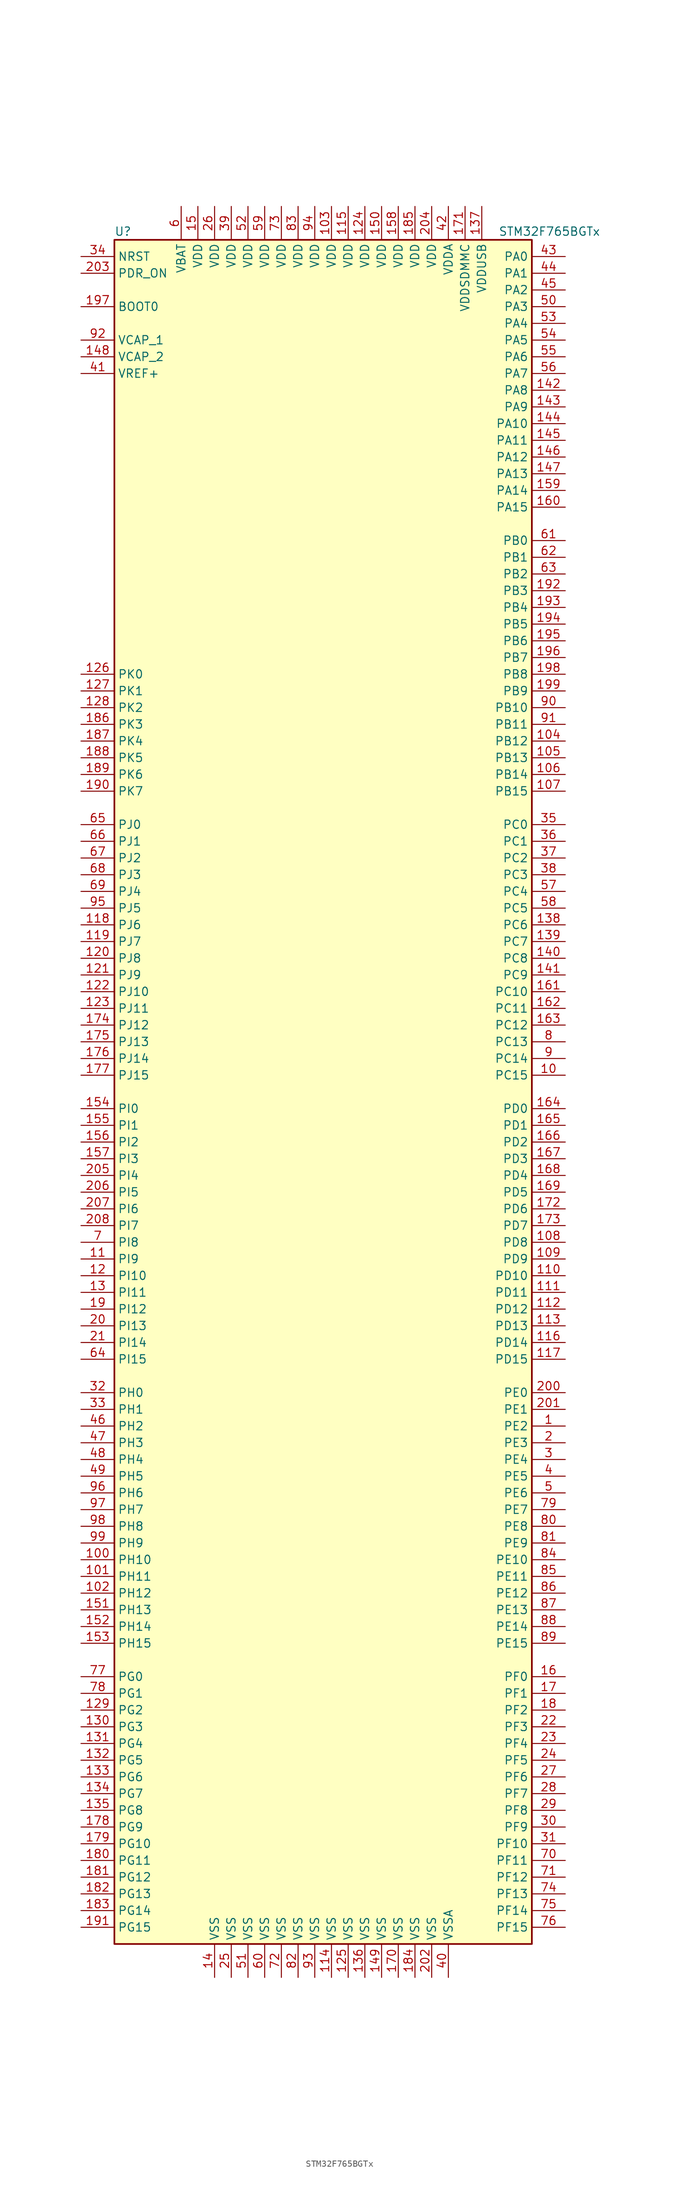
<source format=kicad_sym>
(kicad_symbol_lib
  (version 20220914)
  (generator kicad_symbol_editor)
  (symbol "STM32F765BGTx"
    (property "Reference" "U"
      (at -33.02 130.81 0)
      (effects (font (size 1.27 1.27)) (justify left)))
    (property "Value" "STM32F765BGTx"
      (at 25.4 130.81 0)
      (effects (font (size 1.27 1.27)) (justify left)))
    (symbol "STM32F765BGTx_0_1"
      (rectangle (start -33.02 -129.54) (end 30.48 129.54) (stroke (width 0.254) (type default)) (fill (type background))))
    (symbol "STM32F765BGTx_1_1"
      (pin bidirectional line (at 35.56 -50.8 180) (length 5.08) (name "PE2" (effects (font (size 1.27 1.27)))) (number "1" (effects (font (size 1.27 1.27)))))
      (pin bidirectional line (at 35.56 2.54 180) (length 5.08) (name "PC15" (effects (font (size 1.27 1.27)))) (number "10" (effects (font (size 1.27 1.27)))))
      (pin bidirectional line (at -38.1 -71.12 0) (length 5.08) (name "PH10" (effects (font (size 1.27 1.27)))) (number "100" (effects (font (size 1.27 1.27)))))
      (pin bidirectional line (at -38.1 -73.66 0) (length 5.08) (name "PH11" (effects (font (size 1.27 1.27)))) (number "101" (effects (font (size 1.27 1.27)))))
      (pin bidirectional line (at -38.1 -76.2 0) (length 5.08) (name "PH12" (effects (font (size 1.27 1.27)))) (number "102" (effects (font (size 1.27 1.27)))))
      (pin power_in line (at 0 134.62 270) (length 5.08) (name "VDD" (effects (font (size 1.27 1.27)))) (number "103" (effects (font (size 1.27 1.27)))))
      (pin bidirectional line (at 35.56 53.34 180) (length 5.08) (name "PB12" (effects (font (size 1.27 1.27)))) (number "104" (effects (font (size 1.27 1.27)))))
      (pin bidirectional line (at 35.56 50.8 180) (length 5.08) (name "PB13" (effects (font (size 1.27 1.27)))) (number "105" (effects (font (size 1.27 1.27)))))
      (pin bidirectional line (at 35.56 48.26 180) (length 5.08) (name "PB14" (effects (font (size 1.27 1.27)))) (number "106" (effects (font (size 1.27 1.27)))))
      (pin bidirectional line (at 35.56 45.72 180) (length 5.08) (name "PB15" (effects (font (size 1.27 1.27)))) (number "107" (effects (font (size 1.27 1.27)))))
      (pin bidirectional line (at 35.56 -22.86 180) (length 5.08) (name "PD8" (effects (font (size 1.27 1.27)))) (number "108" (effects (font (size 1.27 1.27)))))
      (pin bidirectional line (at 35.56 -25.4 180) (length 5.08) (name "PD9" (effects (font (size 1.27 1.27)))) (number "109" (effects (font (size 1.27 1.27)))))
      (pin bidirectional line (at -38.1 -25.4 0) (length 5.08) (name "PI9" (effects (font (size 1.27 1.27)))) (number "11" (effects (font (size 1.27 1.27)))))
      (pin bidirectional line (at 35.56 -27.94 180) (length 5.08) (name "PD10" (effects (font (size 1.27 1.27)))) (number "110" (effects (font (size 1.27 1.27)))))
      (pin bidirectional line (at 35.56 -30.48 180) (length 5.08) (name "PD11" (effects (font (size 1.27 1.27)))) (number "111" (effects (font (size 1.27 1.27)))))
      (pin bidirectional line (at 35.56 -33.02 180) (length 5.08) (name "PD12" (effects (font (size 1.27 1.27)))) (number "112" (effects (font (size 1.27 1.27)))))
      (pin bidirectional line (at 35.56 -35.56 180) (length 5.08) (name "PD13" (effects (font (size 1.27 1.27)))) (number "113" (effects (font (size 1.27 1.27)))))
      (pin power_in line (at 0 -134.62 90) (length 5.08) (name "VSS" (effects (font (size 1.27 1.27)))) (number "114" (effects (font (size 1.27 1.27)))))
      (pin power_in line (at 2.54 134.62 270) (length 5.08) (name "VDD" (effects (font (size 1.27 1.27)))) (number "115" (effects (font (size 1.27 1.27)))))
      (pin bidirectional line (at 35.56 -38.1 180) (length 5.08) (name "PD14" (effects (font (size 1.27 1.27)))) (number "116" (effects (font (size 1.27 1.27)))))
      (pin bidirectional line (at 35.56 -40.64 180) (length 5.08) (name "PD15" (effects (font (size 1.27 1.27)))) (number "117" (effects (font (size 1.27 1.27)))))
      (pin bidirectional line (at -38.1 25.4 0) (length 5.08) (name "PJ6" (effects (font (size 1.27 1.27)))) (number "118" (effects (font (size 1.27 1.27)))))
      (pin bidirectional line (at -38.1 22.86 0) (length 5.08) (name "PJ7" (effects (font (size 1.27 1.27)))) (number "119" (effects (font (size 1.27 1.27)))))
      (pin bidirectional line (at -38.1 -27.94 0) (length 5.08) (name "PI10" (effects (font (size 1.27 1.27)))) (number "12" (effects (font (size 1.27 1.27)))))
      (pin bidirectional line (at -38.1 20.32 0) (length 5.08) (name "PJ8" (effects (font (size 1.27 1.27)))) (number "120" (effects (font (size 1.27 1.27)))))
      (pin bidirectional line (at -38.1 17.78 0) (length 5.08) (name "PJ9" (effects (font (size 1.27 1.27)))) (number "121" (effects (font (size 1.27 1.27)))))
      (pin bidirectional line (at -38.1 15.24 0) (length 5.08) (name "PJ10" (effects (font (size 1.27 1.27)))) (number "122" (effects (font (size 1.27 1.27)))))
      (pin bidirectional line (at -38.1 12.7 0) (length 5.08) (name "PJ11" (effects (font (size 1.27 1.27)))) (number "123" (effects (font (size 1.27 1.27)))))
      (pin power_in line (at 5.08 134.62 270) (length 5.08) (name "VDD" (effects (font (size 1.27 1.27)))) (number "124" (effects (font (size 1.27 1.27)))))
      (pin power_in line (at 2.54 -134.62 90) (length 5.08) (name "VSS" (effects (font (size 1.27 1.27)))) (number "125" (effects (font (size 1.27 1.27)))))
      (pin bidirectional line (at -38.1 63.5 0) (length 5.08) (name "PK0" (effects (font (size 1.27 1.27)))) (number "126" (effects (font (size 1.27 1.27)))))
      (pin bidirectional line (at -38.1 60.96 0) (length 5.08) (name "PK1" (effects (font (size 1.27 1.27)))) (number "127" (effects (font (size 1.27 1.27)))))
      (pin bidirectional line (at -38.1 58.42 0) (length 5.08) (name "PK2" (effects (font (size 1.27 1.27)))) (number "128" (effects (font (size 1.27 1.27)))))
      (pin bidirectional line (at -38.1 -93.98 0) (length 5.08) (name "PG2" (effects (font (size 1.27 1.27)))) (number "129" (effects (font (size 1.27 1.27)))))
      (pin bidirectional line (at -38.1 -30.48 0) (length 5.08) (name "PI11" (effects (font (size 1.27 1.27)))) (number "13" (effects (font (size 1.27 1.27)))))
      (pin bidirectional line (at -38.1 -96.52 0) (length 5.08) (name "PG3" (effects (font (size 1.27 1.27)))) (number "130" (effects (font (size 1.27 1.27)))))
      (pin bidirectional line (at -38.1 -99.06 0) (length 5.08) (name "PG4" (effects (font (size 1.27 1.27)))) (number "131" (effects (font (size 1.27 1.27)))))
      (pin bidirectional line (at -38.1 -101.6 0) (length 5.08) (name "PG5" (effects (font (size 1.27 1.27)))) (number "132" (effects (font (size 1.27 1.27)))))
      (pin bidirectional line (at -38.1 -104.14 0) (length 5.08) (name "PG6" (effects (font (size 1.27 1.27)))) (number "133" (effects (font (size 1.27 1.27)))))
      (pin bidirectional line (at -38.1 -106.68 0) (length 5.08) (name "PG7" (effects (font (size 1.27 1.27)))) (number "134" (effects (font (size 1.27 1.27)))))
      (pin bidirectional line (at -38.1 -109.22 0) (length 5.08) (name "PG8" (effects (font (size 1.27 1.27)))) (number "135" (effects (font (size 1.27 1.27)))))
      (pin power_in line (at 5.08 -134.62 90) (length 5.08) (name "VSS" (effects (font (size 1.27 1.27)))) (number "136" (effects (font (size 1.27 1.27)))))
      (pin power_in line (at 22.86 134.62 270) (length 5.08) (name "VDDUSB" (effects (font (size 1.27 1.27)))) (number "137" (effects (font (size 1.27 1.27)))))
      (pin bidirectional line (at 35.56 25.4 180) (length 5.08) (name "PC6" (effects (font (size 1.27 1.27)))) (number "138" (effects (font (size 1.27 1.27)))))
      (pin bidirectional line (at 35.56 22.86 180) (length 5.08) (name "PC7" (effects (font (size 1.27 1.27)))) (number "139" (effects (font (size 1.27 1.27)))))
      (pin power_in line (at -17.78 -134.62 90) (length 5.08) (name "VSS" (effects (font (size 1.27 1.27)))) (number "14" (effects (font (size 1.27 1.27)))))
      (pin bidirectional line (at 35.56 20.32 180) (length 5.08) (name "PC8" (effects (font (size 1.27 1.27)))) (number "140" (effects (font (size 1.27 1.27)))))
      (pin bidirectional line (at 35.56 17.78 180) (length 5.08) (name "PC9" (effects (font (size 1.27 1.27)))) (number "141" (effects (font (size 1.27 1.27)))))
      (pin bidirectional line (at 35.56 106.68 180) (length 5.08) (name "PA8" (effects (font (size 1.27 1.27)))) (number "142" (effects (font (size 1.27 1.27)))))
      (pin bidirectional line (at 35.56 104.14 180) (length 5.08) (name "PA9" (effects (font (size 1.27 1.27)))) (number "143" (effects (font (size 1.27 1.27)))))
      (pin bidirectional line (at 35.56 101.6 180) (length 5.08) (name "PA10" (effects (font (size 1.27 1.27)))) (number "144" (effects (font (size 1.27 1.27)))))
      (pin bidirectional line (at 35.56 99.06 180) (length 5.08) (name "PA11" (effects (font (size 1.27 1.27)))) (number "145" (effects (font (size 1.27 1.27)))))
      (pin bidirectional line (at 35.56 96.52 180) (length 5.08) (name "PA12" (effects (font (size 1.27 1.27)))) (number "146" (effects (font (size 1.27 1.27)))))
      (pin bidirectional line (at 35.56 93.98 180) (length 5.08) (name "PA13" (effects (font (size 1.27 1.27)))) (number "147" (effects (font (size 1.27 1.27)))))
      (pin power_in line (at -38.1 111.76 0) (length 5.08) (name "VCAP_2" (effects (font (size 1.27 1.27)))) (number "148" (effects (font (size 1.27 1.27)))))
      (pin power_in line (at 7.62 -134.62 90) (length 5.08) (name "VSS" (effects (font (size 1.27 1.27)))) (number "149" (effects (font (size 1.27 1.27)))))
      (pin power_in line (at -20.32 134.62 270) (length 5.08) (name "VDD" (effects (font (size 1.27 1.27)))) (number "15" (effects (font (size 1.27 1.27)))))
      (pin power_in line (at 7.62 134.62 270) (length 5.08) (name "VDD" (effects (font (size 1.27 1.27)))) (number "150" (effects (font (size 1.27 1.27)))))
      (pin bidirectional line (at -38.1 -78.74 0) (length 5.08) (name "PH13" (effects (font (size 1.27 1.27)))) (number "151" (effects (font (size 1.27 1.27)))))
      (pin bidirectional line (at -38.1 -81.28 0) (length 5.08) (name "PH14" (effects (font (size 1.27 1.27)))) (number "152" (effects (font (size 1.27 1.27)))))
      (pin bidirectional line (at -38.1 -83.82 0) (length 5.08) (name "PH15" (effects (font (size 1.27 1.27)))) (number "153" (effects (font (size 1.27 1.27)))))
      (pin bidirectional line (at -38.1 -2.54 0) (length 5.08) (name "PI0" (effects (font (size 1.27 1.27)))) (number "154" (effects (font (size 1.27 1.27)))))
      (pin bidirectional line (at -38.1 -5.08 0) (length 5.08) (name "PI1" (effects (font (size 1.27 1.27)))) (number "155" (effects (font (size 1.27 1.27)))))
      (pin bidirectional line (at -38.1 -7.62 0) (length 5.08) (name "PI2" (effects (font (size 1.27 1.27)))) (number "156" (effects (font (size 1.27 1.27)))))
      (pin bidirectional line (at -38.1 -10.16 0) (length 5.08) (name "PI3" (effects (font (size 1.27 1.27)))) (number "157" (effects (font (size 1.27 1.27)))))
      (pin power_in line (at 10.16 134.62 270) (length 5.08) (name "VDD" (effects (font (size 1.27 1.27)))) (number "158" (effects (font (size 1.27 1.27)))))
      (pin bidirectional line (at 35.56 91.44 180) (length 5.08) (name "PA14" (effects (font (size 1.27 1.27)))) (number "159" (effects (font (size 1.27 1.27)))))
      (pin bidirectional line (at 35.56 -88.9 180) (length 5.08) (name "PF0" (effects (font (size 1.27 1.27)))) (number "16" (effects (font (size 1.27 1.27)))))
      (pin bidirectional line (at 35.56 88.9 180) (length 5.08) (name "PA15" (effects (font (size 1.27 1.27)))) (number "160" (effects (font (size 1.27 1.27)))))
      (pin bidirectional line (at 35.56 15.24 180) (length 5.08) (name "PC10" (effects (font (size 1.27 1.27)))) (number "161" (effects (font (size 1.27 1.27)))))
      (pin bidirectional line (at 35.56 12.7 180) (length 5.08) (name "PC11" (effects (font (size 1.27 1.27)))) (number "162" (effects (font (size 1.27 1.27)))))
      (pin bidirectional line (at 35.56 10.16 180) (length 5.08) (name "PC12" (effects (font (size 1.27 1.27)))) (number "163" (effects (font (size 1.27 1.27)))))
      (pin bidirectional line (at 35.56 -2.54 180) (length 5.08) (name "PD0" (effects (font (size 1.27 1.27)))) (number "164" (effects (font (size 1.27 1.27)))))
      (pin bidirectional line (at 35.56 -5.08 180) (length 5.08) (name "PD1" (effects (font (size 1.27 1.27)))) (number "165" (effects (font (size 1.27 1.27)))))
      (pin bidirectional line (at 35.56 -7.62 180) (length 5.08) (name "PD2" (effects (font (size 1.27 1.27)))) (number "166" (effects (font (size 1.27 1.27)))))
      (pin bidirectional line (at 35.56 -10.16 180) (length 5.08) (name "PD3" (effects (font (size 1.27 1.27)))) (number "167" (effects (font (size 1.27 1.27)))))
      (pin bidirectional line (at 35.56 -12.7 180) (length 5.08) (name "PD4" (effects (font (size 1.27 1.27)))) (number "168" (effects (font (size 1.27 1.27)))))
      (pin bidirectional line (at 35.56 -15.24 180) (length 5.08) (name "PD5" (effects (font (size 1.27 1.27)))) (number "169" (effects (font (size 1.27 1.27)))))
      (pin bidirectional line (at 35.56 -91.44 180) (length 5.08) (name "PF1" (effects (font (size 1.27 1.27)))) (number "17" (effects (font (size 1.27 1.27)))))
      (pin power_in line (at 10.16 -134.62 90) (length 5.08) (name "VSS" (effects (font (size 1.27 1.27)))) (number "170" (effects (font (size 1.27 1.27)))))
      (pin power_in line (at 20.32 134.62 270) (length 5.08) (name "VDDSDMMC" (effects (font (size 1.27 1.27)))) (number "171" (effects (font (size 1.27 1.27)))))
      (pin bidirectional line (at 35.56 -17.78 180) (length 5.08) (name "PD6" (effects (font (size 1.27 1.27)))) (number "172" (effects (font (size 1.27 1.27)))))
      (pin bidirectional line (at 35.56 -20.32 180) (length 5.08) (name "PD7" (effects (font (size 1.27 1.27)))) (number "173" (effects (font (size 1.27 1.27)))))
      (pin bidirectional line (at -38.1 10.16 0) (length 5.08) (name "PJ12" (effects (font (size 1.27 1.27)))) (number "174" (effects (font (size 1.27 1.27)))))
      (pin bidirectional line (at -38.1 7.62 0) (length 5.08) (name "PJ13" (effects (font (size 1.27 1.27)))) (number "175" (effects (font (size 1.27 1.27)))))
      (pin bidirectional line (at -38.1 5.08 0) (length 5.08) (name "PJ14" (effects (font (size 1.27 1.27)))) (number "176" (effects (font (size 1.27 1.27)))))
      (pin bidirectional line (at -38.1 2.54 0) (length 5.08) (name "PJ15" (effects (font (size 1.27 1.27)))) (number "177" (effects (font (size 1.27 1.27)))))
      (pin bidirectional line (at -38.1 -111.76 0) (length 5.08) (name "PG9" (effects (font (size 1.27 1.27)))) (number "178" (effects (font (size 1.27 1.27)))))
      (pin bidirectional line (at -38.1 -114.3 0) (length 5.08) (name "PG10" (effects (font (size 1.27 1.27)))) (number "179" (effects (font (size 1.27 1.27)))))
      (pin bidirectional line (at 35.56 -93.98 180) (length 5.08) (name "PF2" (effects (font (size 1.27 1.27)))) (number "18" (effects (font (size 1.27 1.27)))))
      (pin bidirectional line (at -38.1 -116.84 0) (length 5.08) (name "PG11" (effects (font (size 1.27 1.27)))) (number "180" (effects (font (size 1.27 1.27)))))
      (pin bidirectional line (at -38.1 -119.38 0) (length 5.08) (name "PG12" (effects (font (size 1.27 1.27)))) (number "181" (effects (font (size 1.27 1.27)))))
      (pin bidirectional line (at -38.1 -121.92 0) (length 5.08) (name "PG13" (effects (font (size 1.27 1.27)))) (number "182" (effects (font (size 1.27 1.27)))))
      (pin bidirectional line (at -38.1 -124.46 0) (length 5.08) (name "PG14" (effects (font (size 1.27 1.27)))) (number "183" (effects (font (size 1.27 1.27)))))
      (pin power_in line (at 12.7 -134.62 90) (length 5.08) (name "VSS" (effects (font (size 1.27 1.27)))) (number "184" (effects (font (size 1.27 1.27)))))
      (pin power_in line (at 12.7 134.62 270) (length 5.08) (name "VDD" (effects (font (size 1.27 1.27)))) (number "185" (effects (font (size 1.27 1.27)))))
      (pin bidirectional line (at -38.1 55.88 0) (length 5.08) (name "PK3" (effects (font (size 1.27 1.27)))) (number "186" (effects (font (size 1.27 1.27)))))
      (pin bidirectional line (at -38.1 53.34 0) (length 5.08) (name "PK4" (effects (font (size 1.27 1.27)))) (number "187" (effects (font (size 1.27 1.27)))))
      (pin bidirectional line (at -38.1 50.8 0) (length 5.08) (name "PK5" (effects (font (size 1.27 1.27)))) (number "188" (effects (font (size 1.27 1.27)))))
      (pin bidirectional line (at -38.1 48.26 0) (length 5.08) (name "PK6" (effects (font (size 1.27 1.27)))) (number "189" (effects (font (size 1.27 1.27)))))
      (pin bidirectional line (at -38.1 -33.02 0) (length 5.08) (name "PI12" (effects (font (size 1.27 1.27)))) (number "19" (effects (font (size 1.27 1.27)))))
      (pin bidirectional line (at -38.1 45.72 0) (length 5.08) (name "PK7" (effects (font (size 1.27 1.27)))) (number "190" (effects (font (size 1.27 1.27)))))
      (pin bidirectional line (at -38.1 -127 0) (length 5.08) (name "PG15" (effects (font (size 1.27 1.27)))) (number "191" (effects (font (size 1.27 1.27)))))
      (pin bidirectional line (at 35.56 76.2 180) (length 5.08) (name "PB3" (effects (font (size 1.27 1.27)))) (number "192" (effects (font (size 1.27 1.27)))))
      (pin bidirectional line (at 35.56 73.66 180) (length 5.08) (name "PB4" (effects (font (size 1.27 1.27)))) (number "193" (effects (font (size 1.27 1.27)))))
      (pin bidirectional line (at 35.56 71.12 180) (length 5.08) (name "PB5" (effects (font (size 1.27 1.27)))) (number "194" (effects (font (size 1.27 1.27)))))
      (pin bidirectional line (at 35.56 68.58 180) (length 5.08) (name "PB6" (effects (font (size 1.27 1.27)))) (number "195" (effects (font (size 1.27 1.27)))))
      (pin bidirectional line (at 35.56 66.04 180) (length 5.08) (name "PB7" (effects (font (size 1.27 1.27)))) (number "196" (effects (font (size 1.27 1.27)))))
      (pin input line (at -38.1 119.38 0) (length 5.08) (name "BOOT0" (effects (font (size 1.27 1.27)))) (number "197" (effects (font (size 1.27 1.27)))))
      (pin bidirectional line (at 35.56 63.5 180) (length 5.08) (name "PB8" (effects (font (size 1.27 1.27)))) (number "198" (effects (font (size 1.27 1.27)))))
      (pin bidirectional line (at 35.56 60.96 180) (length 5.08) (name "PB9" (effects (font (size 1.27 1.27)))) (number "199" (effects (font (size 1.27 1.27)))))
      (pin bidirectional line (at 35.56 -53.34 180) (length 5.08) (name "PE3" (effects (font (size 1.27 1.27)))) (number "2" (effects (font (size 1.27 1.27)))))
      (pin bidirectional line (at -38.1 -35.56 0) (length 5.08) (name "PI13" (effects (font (size 1.27 1.27)))) (number "20" (effects (font (size 1.27 1.27)))))
      (pin bidirectional line (at 35.56 -45.72 180) (length 5.08) (name "PE0" (effects (font (size 1.27 1.27)))) (number "200" (effects (font (size 1.27 1.27)))))
      (pin bidirectional line (at 35.56 -48.26 180) (length 5.08) (name "PE1" (effects (font (size 1.27 1.27)))) (number "201" (effects (font (size 1.27 1.27)))))
      (pin power_in line (at 15.24 -134.62 90) (length 5.08) (name "VSS" (effects (font (size 1.27 1.27)))) (number "202" (effects (font (size 1.27 1.27)))))
      (pin input line (at -38.1 124.46 0) (length 5.08) (name "PDR_ON" (effects (font (size 1.27 1.27)))) (number "203" (effects (font (size 1.27 1.27)))))
      (pin power_in line (at 15.24 134.62 270) (length 5.08) (name "VDD" (effects (font (size 1.27 1.27)))) (number "204" (effects (font (size 1.27 1.27)))))
      (pin bidirectional line (at -38.1 -12.7 0) (length 5.08) (name "PI4" (effects (font (size 1.27 1.27)))) (number "205" (effects (font (size 1.27 1.27)))))
      (pin bidirectional line (at -38.1 -15.24 0) (length 5.08) (name "PI5" (effects (font (size 1.27 1.27)))) (number "206" (effects (font (size 1.27 1.27)))))
      (pin bidirectional line (at -38.1 -17.78 0) (length 5.08) (name "PI6" (effects (font (size 1.27 1.27)))) (number "207" (effects (font (size 1.27 1.27)))))
      (pin bidirectional line (at -38.1 -20.32 0) (length 5.08) (name "PI7" (effects (font (size 1.27 1.27)))) (number "208" (effects (font (size 1.27 1.27)))))
      (pin bidirectional line (at -38.1 -38.1 0) (length 5.08) (name "PI14" (effects (font (size 1.27 1.27)))) (number "21" (effects (font (size 1.27 1.27)))))
      (pin bidirectional line (at 35.56 -96.52 180) (length 5.08) (name "PF3" (effects (font (size 1.27 1.27)))) (number "22" (effects (font (size 1.27 1.27)))))
      (pin bidirectional line (at 35.56 -99.06 180) (length 5.08) (name "PF4" (effects (font (size 1.27 1.27)))) (number "23" (effects (font (size 1.27 1.27)))))
      (pin bidirectional line (at 35.56 -101.6 180) (length 5.08) (name "PF5" (effects (font (size 1.27 1.27)))) (number "24" (effects (font (size 1.27 1.27)))))
      (pin power_in line (at -15.24 -134.62 90) (length 5.08) (name "VSS" (effects (font (size 1.27 1.27)))) (number "25" (effects (font (size 1.27 1.27)))))
      (pin power_in line (at -17.78 134.62 270) (length 5.08) (name "VDD" (effects (font (size 1.27 1.27)))) (number "26" (effects (font (size 1.27 1.27)))))
      (pin bidirectional line (at 35.56 -104.14 180) (length 5.08) (name "PF6" (effects (font (size 1.27 1.27)))) (number "27" (effects (font (size 1.27 1.27)))))
      (pin bidirectional line (at 35.56 -106.68 180) (length 5.08) (name "PF7" (effects (font (size 1.27 1.27)))) (number "28" (effects (font (size 1.27 1.27)))))
      (pin bidirectional line (at 35.56 -109.22 180) (length 5.08) (name "PF8" (effects (font (size 1.27 1.27)))) (number "29" (effects (font (size 1.27 1.27)))))
      (pin bidirectional line (at 35.56 -55.88 180) (length 5.08) (name "PE4" (effects (font (size 1.27 1.27)))) (number "3" (effects (font (size 1.27 1.27)))))
      (pin bidirectional line (at 35.56 -111.76 180) (length 5.08) (name "PF9" (effects (font (size 1.27 1.27)))) (number "30" (effects (font (size 1.27 1.27)))))
      (pin bidirectional line (at 35.56 -114.3 180) (length 5.08) (name "PF10" (effects (font (size 1.27 1.27)))) (number "31" (effects (font (size 1.27 1.27)))))
      (pin input line (at -38.1 -45.72 0) (length 5.08) (name "PH0" (effects (font (size 1.27 1.27)))) (number "32" (effects (font (size 1.27 1.27)))))
      (pin input line (at -38.1 -48.26 0) (length 5.08) (name "PH1" (effects (font (size 1.27 1.27)))) (number "33" (effects (font (size 1.27 1.27)))))
      (pin input line (at -38.1 127 0) (length 5.08) (name "NRST" (effects (font (size 1.27 1.27)))) (number "34" (effects (font (size 1.27 1.27)))))
      (pin bidirectional line (at 35.56 40.64 180) (length 5.08) (name "PC0" (effects (font (size 1.27 1.27)))) (number "35" (effects (font (size 1.27 1.27)))))
      (pin bidirectional line (at 35.56 38.1 180) (length 5.08) (name "PC1" (effects (font (size 1.27 1.27)))) (number "36" (effects (font (size 1.27 1.27)))))
      (pin bidirectional line (at 35.56 35.56 180) (length 5.08) (name "PC2" (effects (font (size 1.27 1.27)))) (number "37" (effects (font (size 1.27 1.27)))))
      (pin bidirectional line (at 35.56 33.02 180) (length 5.08) (name "PC3" (effects (font (size 1.27 1.27)))) (number "38" (effects (font (size 1.27 1.27)))))
      (pin power_in line (at -15.24 134.62 270) (length 5.08) (name "VDD" (effects (font (size 1.27 1.27)))) (number "39" (effects (font (size 1.27 1.27)))))
      (pin bidirectional line (at 35.56 -58.42 180) (length 5.08) (name "PE5" (effects (font (size 1.27 1.27)))) (number "4" (effects (font (size 1.27 1.27)))))
      (pin power_in line (at 17.78 -134.62 90) (length 5.08) (name "VSSA" (effects (font (size 1.27 1.27)))) (number "40" (effects (font (size 1.27 1.27)))))
      (pin power_in line (at -38.1 109.22 0) (length 5.08) (name "VREF+" (effects (font (size 1.27 1.27)))) (number "41" (effects (font (size 1.27 1.27)))))
      (pin power_in line (at 17.78 134.62 270) (length 5.08) (name "VDDA" (effects (font (size 1.27 1.27)))) (number "42" (effects (font (size 1.27 1.27)))))
      (pin bidirectional line (at 35.56 127 180) (length 5.08) (name "PA0" (effects (font (size 1.27 1.27)))) (number "43" (effects (font (size 1.27 1.27)))))
      (pin bidirectional line (at 35.56 124.46 180) (length 5.08) (name "PA1" (effects (font (size 1.27 1.27)))) (number "44" (effects (font (size 1.27 1.27)))))
      (pin bidirectional line (at 35.56 121.92 180) (length 5.08) (name "PA2" (effects (font (size 1.27 1.27)))) (number "45" (effects (font (size 1.27 1.27)))))
      (pin bidirectional line (at -38.1 -50.8 0) (length 5.08) (name "PH2" (effects (font (size 1.27 1.27)))) (number "46" (effects (font (size 1.27 1.27)))))
      (pin bidirectional line (at -38.1 -53.34 0) (length 5.08) (name "PH3" (effects (font (size 1.27 1.27)))) (number "47" (effects (font (size 1.27 1.27)))))
      (pin bidirectional line (at -38.1 -55.88 0) (length 5.08) (name "PH4" (effects (font (size 1.27 1.27)))) (number "48" (effects (font (size 1.27 1.27)))))
      (pin bidirectional line (at -38.1 -58.42 0) (length 5.08) (name "PH5" (effects (font (size 1.27 1.27)))) (number "49" (effects (font (size 1.27 1.27)))))
      (pin bidirectional line (at 35.56 -60.96 180) (length 5.08) (name "PE6" (effects (font (size 1.27 1.27)))) (number "5" (effects (font (size 1.27 1.27)))))
      (pin bidirectional line (at 35.56 119.38 180) (length 5.08) (name "PA3" (effects (font (size 1.27 1.27)))) (number "50" (effects (font (size 1.27 1.27)))))
      (pin power_in line (at -12.7 -134.62 90) (length 5.08) (name "VSS" (effects (font (size 1.27 1.27)))) (number "51" (effects (font (size 1.27 1.27)))))
      (pin power_in line (at -12.7 134.62 270) (length 5.08) (name "VDD" (effects (font (size 1.27 1.27)))) (number "52" (effects (font (size 1.27 1.27)))))
      (pin bidirectional line (at 35.56 116.84 180) (length 5.08) (name "PA4" (effects (font (size 1.27 1.27)))) (number "53" (effects (font (size 1.27 1.27)))))
      (pin bidirectional line (at 35.56 114.3 180) (length 5.08) (name "PA5" (effects (font (size 1.27 1.27)))) (number "54" (effects (font (size 1.27 1.27)))))
      (pin bidirectional line (at 35.56 111.76 180) (length 5.08) (name "PA6" (effects (font (size 1.27 1.27)))) (number "55" (effects (font (size 1.27 1.27)))))
      (pin bidirectional line (at 35.56 109.22 180) (length 5.08) (name "PA7" (effects (font (size 1.27 1.27)))) (number "56" (effects (font (size 1.27 1.27)))))
      (pin bidirectional line (at 35.56 30.48 180) (length 5.08) (name "PC4" (effects (font (size 1.27 1.27)))) (number "57" (effects (font (size 1.27 1.27)))))
      (pin bidirectional line (at 35.56 27.94 180) (length 5.08) (name "PC5" (effects (font (size 1.27 1.27)))) (number "58" (effects (font (size 1.27 1.27)))))
      (pin power_in line (at -10.16 134.62 270) (length 5.08) (name "VDD" (effects (font (size 1.27 1.27)))) (number "59" (effects (font (size 1.27 1.27)))))
      (pin power_in line (at -22.86 134.62 270) (length 5.08) (name "VBAT" (effects (font (size 1.27 1.27)))) (number "6" (effects (font (size 1.27 1.27)))))
      (pin power_in line (at -10.16 -134.62 90) (length 5.08) (name "VSS" (effects (font (size 1.27 1.27)))) (number "60" (effects (font (size 1.27 1.27)))))
      (pin bidirectional line (at 35.56 83.82 180) (length 5.08) (name "PB0" (effects (font (size 1.27 1.27)))) (number "61" (effects (font (size 1.27 1.27)))))
      (pin bidirectional line (at 35.56 81.28 180) (length 5.08) (name "PB1" (effects (font (size 1.27 1.27)))) (number "62" (effects (font (size 1.27 1.27)))))
      (pin bidirectional line (at 35.56 78.74 180) (length 5.08) (name "PB2" (effects (font (size 1.27 1.27)))) (number "63" (effects (font (size 1.27 1.27)))))
      (pin bidirectional line (at -38.1 -40.64 0) (length 5.08) (name "PI15" (effects (font (size 1.27 1.27)))) (number "64" (effects (font (size 1.27 1.27)))))
      (pin bidirectional line (at -38.1 40.64 0) (length 5.08) (name "PJ0" (effects (font (size 1.27 1.27)))) (number "65" (effects (font (size 1.27 1.27)))))
      (pin bidirectional line (at -38.1 38.1 0) (length 5.08) (name "PJ1" (effects (font (size 1.27 1.27)))) (number "66" (effects (font (size 1.27 1.27)))))
      (pin bidirectional line (at -38.1 35.56 0) (length 5.08) (name "PJ2" (effects (font (size 1.27 1.27)))) (number "67" (effects (font (size 1.27 1.27)))))
      (pin bidirectional line (at -38.1 33.02 0) (length 5.08) (name "PJ3" (effects (font (size 1.27 1.27)))) (number "68" (effects (font (size 1.27 1.27)))))
      (pin bidirectional line (at -38.1 30.48 0) (length 5.08) (name "PJ4" (effects (font (size 1.27 1.27)))) (number "69" (effects (font (size 1.27 1.27)))))
      (pin bidirectional line (at -38.1 -22.86 0) (length 5.08) (name "PI8" (effects (font (size 1.27 1.27)))) (number "7" (effects (font (size 1.27 1.27)))))
      (pin bidirectional line (at 35.56 -116.84 180) (length 5.08) (name "PF11" (effects (font (size 1.27 1.27)))) (number "70" (effects (font (size 1.27 1.27)))))
      (pin bidirectional line (at 35.56 -119.38 180) (length 5.08) (name "PF12" (effects (font (size 1.27 1.27)))) (number "71" (effects (font (size 1.27 1.27)))))
      (pin power_in line (at -7.62 -134.62 90) (length 5.08) (name "VSS" (effects (font (size 1.27 1.27)))) (number "72" (effects (font (size 1.27 1.27)))))
      (pin power_in line (at -7.62 134.62 270) (length 5.08) (name "VDD" (effects (font (size 1.27 1.27)))) (number "73" (effects (font (size 1.27 1.27)))))
      (pin bidirectional line (at 35.56 -121.92 180) (length 5.08) (name "PF13" (effects (font (size 1.27 1.27)))) (number "74" (effects (font (size 1.27 1.27)))))
      (pin bidirectional line (at 35.56 -124.46 180) (length 5.08) (name "PF14" (effects (font (size 1.27 1.27)))) (number "75" (effects (font (size 1.27 1.27)))))
      (pin bidirectional line (at 35.56 -127 180) (length 5.08) (name "PF15" (effects (font (size 1.27 1.27)))) (number "76" (effects (font (size 1.27 1.27)))))
      (pin bidirectional line (at -38.1 -88.9 0) (length 5.08) (name "PG0" (effects (font (size 1.27 1.27)))) (number "77" (effects (font (size 1.27 1.27)))))
      (pin bidirectional line (at -38.1 -91.44 0) (length 5.08) (name "PG1" (effects (font (size 1.27 1.27)))) (number "78" (effects (font (size 1.27 1.27)))))
      (pin bidirectional line (at 35.56 -63.5 180) (length 5.08) (name "PE7" (effects (font (size 1.27 1.27)))) (number "79" (effects (font (size 1.27 1.27)))))
      (pin bidirectional line (at 35.56 7.62 180) (length 5.08) (name "PC13" (effects (font (size 1.27 1.27)))) (number "8" (effects (font (size 1.27 1.27)))))
      (pin bidirectional line (at 35.56 -66.04 180) (length 5.08) (name "PE8" (effects (font (size 1.27 1.27)))) (number "80" (effects (font (size 1.27 1.27)))))
      (pin bidirectional line (at 35.56 -68.58 180) (length 5.08) (name "PE9" (effects (font (size 1.27 1.27)))) (number "81" (effects (font (size 1.27 1.27)))))
      (pin power_in line (at -5.08 -134.62 90) (length 5.08) (name "VSS" (effects (font (size 1.27 1.27)))) (number "82" (effects (font (size 1.27 1.27)))))
      (pin power_in line (at -5.08 134.62 270) (length 5.08) (name "VDD" (effects (font (size 1.27 1.27)))) (number "83" (effects (font (size 1.27 1.27)))))
      (pin bidirectional line (at 35.56 -71.12 180) (length 5.08) (name "PE10" (effects (font (size 1.27 1.27)))) (number "84" (effects (font (size 1.27 1.27)))))
      (pin bidirectional line (at 35.56 -73.66 180) (length 5.08) (name "PE11" (effects (font (size 1.27 1.27)))) (number "85" (effects (font (size 1.27 1.27)))))
      (pin bidirectional line (at 35.56 -76.2 180) (length 5.08) (name "PE12" (effects (font (size 1.27 1.27)))) (number "86" (effects (font (size 1.27 1.27)))))
      (pin bidirectional line (at 35.56 -78.74 180) (length 5.08) (name "PE13" (effects (font (size 1.27 1.27)))) (number "87" (effects (font (size 1.27 1.27)))))
      (pin bidirectional line (at 35.56 -81.28 180) (length 5.08) (name "PE14" (effects (font (size 1.27 1.27)))) (number "88" (effects (font (size 1.27 1.27)))))
      (pin bidirectional line (at 35.56 -83.82 180) (length 5.08) (name "PE15" (effects (font (size 1.27 1.27)))) (number "89" (effects (font (size 1.27 1.27)))))
      (pin bidirectional line (at 35.56 5.08 180) (length 5.08) (name "PC14" (effects (font (size 1.27 1.27)))) (number "9" (effects (font (size 1.27 1.27)))))
      (pin bidirectional line (at 35.56 58.42 180) (length 5.08) (name "PB10" (effects (font (size 1.27 1.27)))) (number "90" (effects (font (size 1.27 1.27)))))
      (pin bidirectional line (at 35.56 55.88 180) (length 5.08) (name "PB11" (effects (font (size 1.27 1.27)))) (number "91" (effects (font (size 1.27 1.27)))))
      (pin power_in line (at -38.1 114.3 0) (length 5.08) (name "VCAP_1" (effects (font (size 1.27 1.27)))) (number "92" (effects (font (size 1.27 1.27)))))
      (pin power_in line (at -2.54 -134.62 90) (length 5.08) (name "VSS" (effects (font (size 1.27 1.27)))) (number "93" (effects (font (size 1.27 1.27)))))
      (pin power_in line (at -2.54 134.62 270) (length 5.08) (name "VDD" (effects (font (size 1.27 1.27)))) (number "94" (effects (font (size 1.27 1.27)))))
      (pin bidirectional line (at -38.1 27.94 0) (length 5.08) (name "PJ5" (effects (font (size 1.27 1.27)))) (number "95" (effects (font (size 1.27 1.27)))))
      (pin bidirectional line (at -38.1 -60.96 0) (length 5.08) (name "PH6" (effects (font (size 1.27 1.27)))) (number "96" (effects (font (size 1.27 1.27)))))
      (pin bidirectional line (at -38.1 -63.5 0) (length 5.08) (name "PH7" (effects (font (size 1.27 1.27)))) (number "97" (effects (font (size 1.27 1.27)))))
      (pin bidirectional line (at -38.1 -66.04 0) (length 5.08) (name "PH8" (effects (font (size 1.27 1.27)))) (number "98" (effects (font (size 1.27 1.27)))))
      (pin bidirectional line (at -38.1 -68.58 0) (length 5.08) (name "PH9" (effects (font (size 1.27 1.27)))) (number "99" (effects (font (size 1.27 1.27))))))))
</source>
